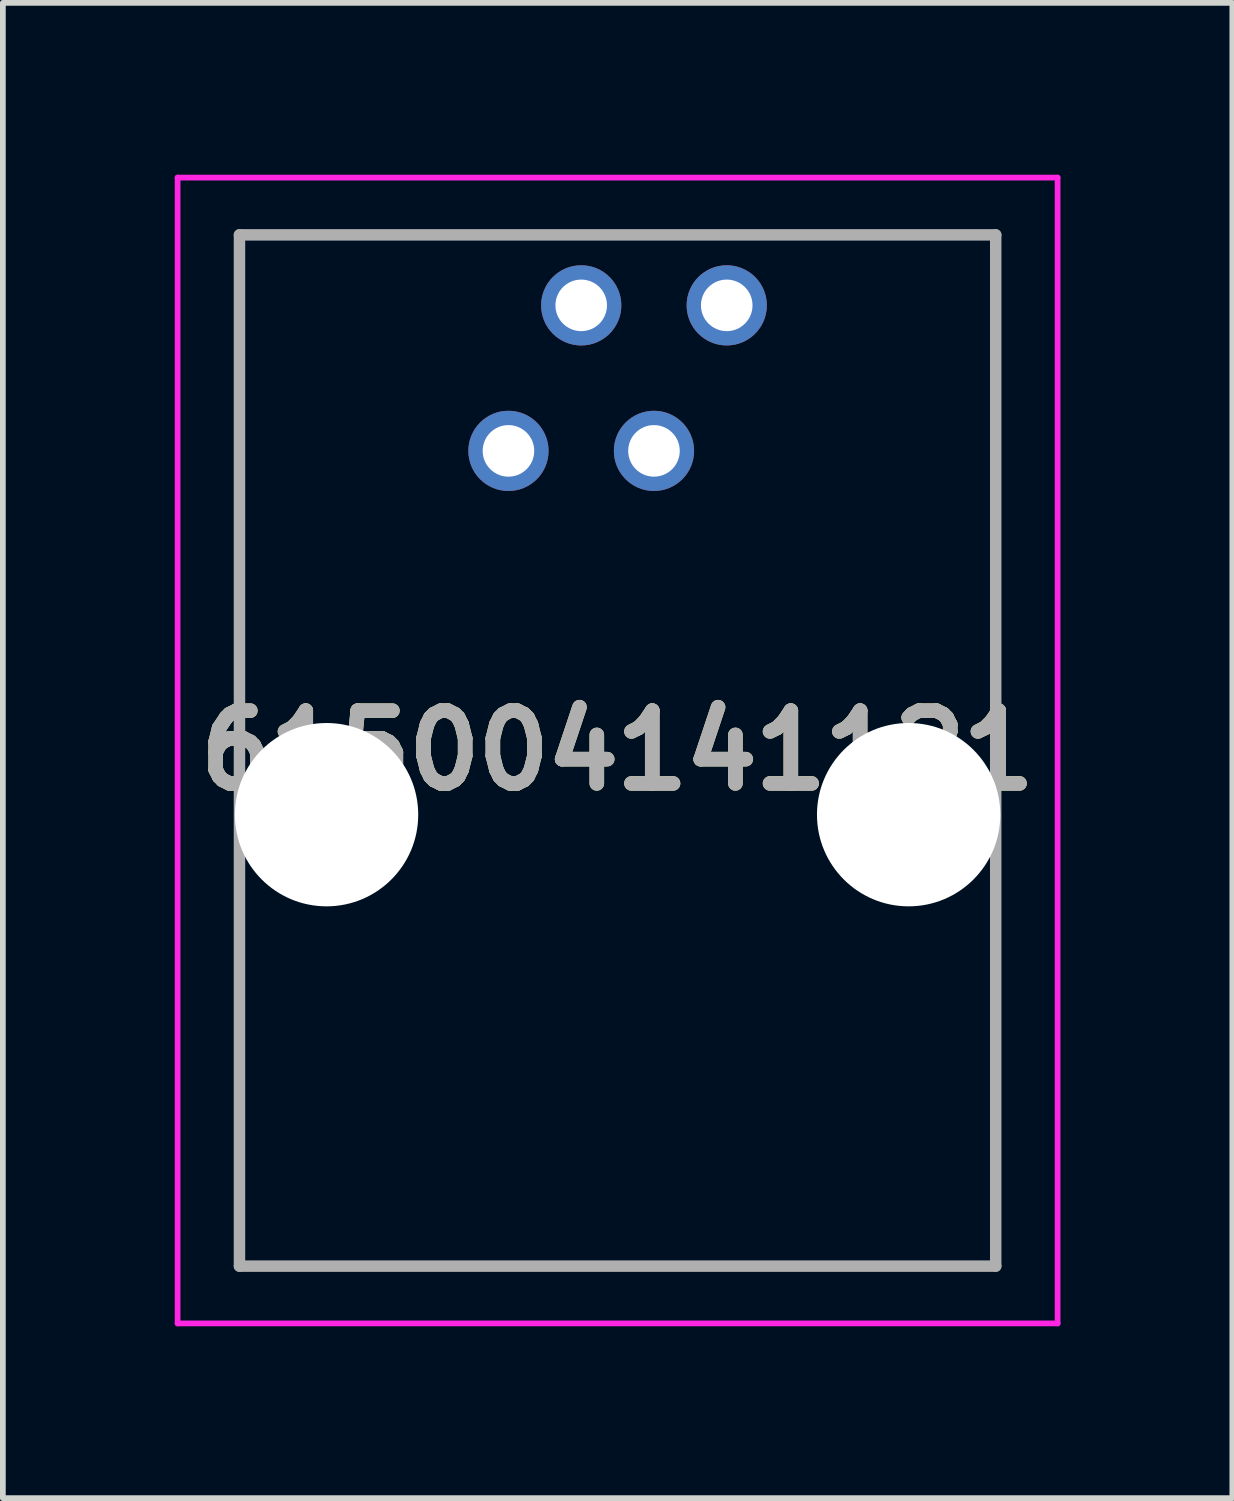
<source format=kicad_pcb>
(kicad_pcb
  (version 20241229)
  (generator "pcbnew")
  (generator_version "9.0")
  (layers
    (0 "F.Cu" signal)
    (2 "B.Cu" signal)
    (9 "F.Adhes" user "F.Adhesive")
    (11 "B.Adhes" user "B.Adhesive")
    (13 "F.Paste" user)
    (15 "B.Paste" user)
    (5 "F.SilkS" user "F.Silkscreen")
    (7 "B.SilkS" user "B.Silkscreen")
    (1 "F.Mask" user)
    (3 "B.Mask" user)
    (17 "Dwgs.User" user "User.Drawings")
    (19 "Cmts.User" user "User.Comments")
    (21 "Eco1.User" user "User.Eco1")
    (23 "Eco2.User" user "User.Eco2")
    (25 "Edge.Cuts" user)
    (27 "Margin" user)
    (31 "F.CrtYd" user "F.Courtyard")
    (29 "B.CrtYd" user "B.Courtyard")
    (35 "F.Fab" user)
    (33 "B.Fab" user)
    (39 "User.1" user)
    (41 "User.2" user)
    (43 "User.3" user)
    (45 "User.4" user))
  (footprint "615004141121"
    (layer "F.Cu")
    (at 7.73 11.17)
    (property "Reference" "615004141121" (at 0 -1.12 0) (layer "F.SilkS") (effects (font (size 1.27 1.27) (thickness 0.254))))
    (attr through_hole)
    (fp_line (start -6.6 -10.12) (end 6.6 -10.12) (stroke (width 0.1) (type solid)) (layer "F.SilkS"))
    (fp_line (start -6.6 -1.5) (end -6.6 -10.12) (stroke (width 0.1) (type solid)) (layer "F.SilkS"))
    (fp_line (start -6.6 1.5) (end -6.6 7.88) (stroke (width 0.1) (type solid)) (layer "F.SilkS"))
    (fp_line (start -6.6 7.88) (end 6.6 7.88) (stroke (width 0.1) (type solid)) (layer "F.SilkS"))
    (fp_line (start 6.6 -10.12) (end 6.6 -1.5) (stroke (width 0.1) (type solid)) (layer "F.SilkS"))
    (fp_line (start 6.6 7.88) (end 6.6 1.5) (stroke (width 0.1) (type solid)) (layer "F.SilkS"))
    (fp_line (start -7.68 -11.12) (end 7.68 -11.12) (stroke (width 0.1) (type solid)) (layer "F.CrtYd"))
    (fp_line (start -7.68 8.88) (end -7.68 -11.12) (stroke (width 0.1) (type solid)) (layer "F.CrtYd"))
    (fp_line (start 7.68 -11.12) (end 7.68 8.88) (stroke (width 0.1) (type solid)) (layer "F.CrtYd"))
    (fp_line (start 7.68 8.88) (end -7.68 8.88) (stroke (width 0.1) (type solid)) (layer "F.CrtYd"))
    (fp_line (start -6.6 -10.12) (end 6.6 -10.12) (stroke (width 0.2) (type solid)) (layer "F.Fab"))
    (fp_line (start -6.6 7.88) (end -6.6 -10.12) (stroke (width 0.2) (type solid)) (layer "F.Fab"))
    (fp_line (start 6.6 -10.12) (end 6.6 7.88) (stroke (width 0.2) (type solid)) (layer "F.Fab"))
    (fp_line (start 6.6 7.88) (end -6.6 7.88) (stroke (width 0.2) (type solid)) (layer "F.Fab"))
    (fp_text user "${REFERENCE}" (at 0 -1.12 0) (layer "F.Fab") (effects (font (size 1.27 1.27) (thickness 0.254))))
    (pad "" np_thru_hole circle (at -5.08 0) (size 3.2 3.2) (drill 3.2) (layers "*.Cu" "*.Mask"))
    (pad "" np_thru_hole circle (at 5.08 0) (size 3.2 3.2) (drill 3.2) (layers "*.Cu" "*.Mask"))
    (pad "1" thru_hole circle (at -1.905 -6.35) (size 1.4 1.4) (drill 0.9) (layers "*.Cu" "*.Mask"))
    (pad "2" thru_hole circle (at -0.635 -8.89) (size 1.4 1.4) (drill 0.9) (layers "*.Cu" "*.Mask"))
    (pad "3" thru_hole circle (at 0.635 -6.35) (size 1.4 1.4) (drill 0.9) (layers "*.Cu" "*.Mask"))
    (pad "4" thru_hole circle (at 1.905 -8.89) (size 1.4 1.4) (drill 0.9) (layers "*.Cu" "*.Mask")))
  (gr_rect
    (start -3 -3)
    (end 18.46 23.1)
    (stroke (width 0.1) (type default))
    (fill no)
    (layer "Edge.Cuts")))
</source>
